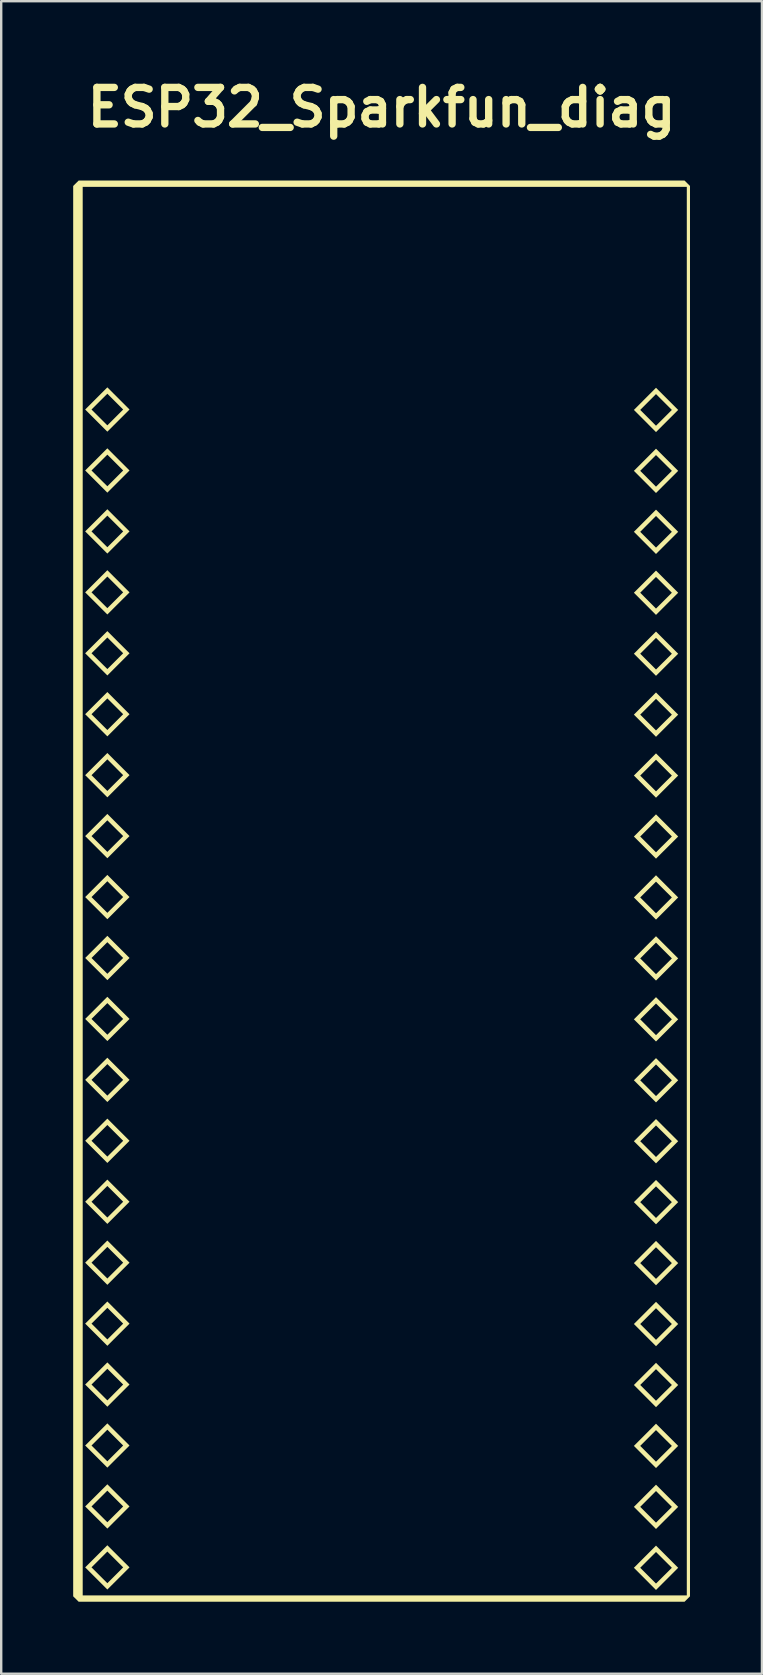
<source format=kicad_pcb>
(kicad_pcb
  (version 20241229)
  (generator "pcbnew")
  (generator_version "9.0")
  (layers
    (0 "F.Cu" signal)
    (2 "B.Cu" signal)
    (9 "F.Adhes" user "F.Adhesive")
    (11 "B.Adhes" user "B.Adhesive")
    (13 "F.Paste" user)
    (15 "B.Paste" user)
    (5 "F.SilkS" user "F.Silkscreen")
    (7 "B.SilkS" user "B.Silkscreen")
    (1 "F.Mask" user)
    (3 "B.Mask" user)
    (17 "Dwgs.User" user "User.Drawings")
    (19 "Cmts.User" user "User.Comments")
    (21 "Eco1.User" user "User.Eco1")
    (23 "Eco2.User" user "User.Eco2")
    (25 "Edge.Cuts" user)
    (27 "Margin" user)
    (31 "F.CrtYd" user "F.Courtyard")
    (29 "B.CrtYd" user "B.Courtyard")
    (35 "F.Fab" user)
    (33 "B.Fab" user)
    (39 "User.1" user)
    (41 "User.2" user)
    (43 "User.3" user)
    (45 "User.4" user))
  (footprint "ESP32_Sparkfun_diag"
    (layer "F.Cu")
    (at 12.854 34.092)
    (property "Reference" "ESP32_Sparkfun_diag" (at 0 -32.665 0) (layer "F.SilkS") (effects (font (size 1.524 1.524) (thickness 0.305))))
    (attr smd)
    (fp_poly (pts (xy -11.43 -20.998) (xy -11.43 -20.732) (xy -10.771 -20.074) (xy -11.43 -19.414) (xy -12.09 -20.074) (xy -11.43 -20.732) (xy -11.43 -20.998) (xy -12.354 -20.074) (xy -11.43 -19.15) (xy -10.506 -20.074) (xy -11.43 -20.998)) (stroke (width 0) (type solid)) (fill yes) (layer "F.SilkS"))
    (fp_poly (pts (xy -11.43 -18.457) (xy -11.43 -18.193) (xy -10.771 -17.533) (xy -11.43 -16.875) (xy -12.09 -17.533) (xy -11.43 -18.193) (xy -11.43 -18.457) (xy -12.354 -17.533) (xy -11.43 -16.609) (xy -10.506 -17.533) (xy -11.43 -18.457)) (stroke (width 0) (type solid)) (fill yes) (layer "F.SilkS"))
    (fp_poly (pts (xy -11.43 -15.918) (xy -11.43 -15.652) (xy -10.771 -14.994) (xy -11.43 -14.334) (xy -12.09 -14.994) (xy -11.43 -15.652) (xy -11.43 -15.918) (xy -12.354 -14.994) (xy -11.43 -14.07) (xy -10.506 -14.994) (xy -11.43 -15.918)) (stroke (width 0) (type solid)) (fill yes) (layer "F.SilkS"))
    (fp_poly (pts (xy -11.43 -13.377) (xy -11.43 -13.113) (xy -10.771 -12.453) (xy -11.43 -11.795) (xy -12.09 -12.453) (xy -11.43 -13.113) (xy -11.43 -13.377) (xy -12.354 -12.453) (xy -11.43 -11.531) (xy -10.506 -12.453) (xy -11.43 -13.377)) (stroke (width 0) (type solid)) (fill yes) (layer "F.SilkS"))
    (fp_poly (pts (xy -11.43 -10.838) (xy -11.43 -10.572) (xy -10.771 -9.914) (xy -11.43 -9.256) (xy -12.09 -9.914) (xy -11.43 -10.572) (xy -11.43 -10.838) (xy -12.354 -9.914) (xy -11.43 -8.99) (xy -10.506 -9.914) (xy -11.43 -10.838)) (stroke (width 0) (type solid)) (fill yes) (layer "F.SilkS"))
    (fp_poly (pts (xy -11.43 -8.299) (xy -11.43 -8.033) (xy -10.771 -7.375) (xy -11.43 -6.715) (xy -12.09 -7.375) (xy -11.43 -8.033) (xy -11.43 -8.299) (xy -12.354 -7.375) (xy -11.43 -6.451) (xy -10.506 -7.375) (xy -11.43 -8.299)) (stroke (width 0) (type solid)) (fill yes) (layer "F.SilkS"))
    (fp_poly (pts (xy -11.43 -5.758) (xy -11.43 -5.494) (xy -10.771 -4.834) (xy -11.43 -4.176) (xy -12.09 -4.834) (xy -11.43 -5.494) (xy -11.43 -5.758) (xy -12.354 -4.834) (xy -11.43 -3.91) (xy -10.506 -4.834) (xy -11.43 -5.758)) (stroke (width 0) (type solid)) (fill yes) (layer "F.SilkS"))
    (fp_poly (pts (xy -11.43 -3.219) (xy -11.43 -2.953) (xy -10.771 -2.295) (xy -11.43 -1.635) (xy -12.09 -2.295) (xy -11.43 -2.953) (xy -11.43 -3.219) (xy -12.354 -2.295) (xy -11.43 -1.371) (xy -10.506 -2.295) (xy -11.43 -3.219)) (stroke (width 0) (type solid)) (fill yes) (layer "F.SilkS"))
    (fp_poly (pts (xy -11.43 -0.678) (xy -11.43 -0.414) (xy -10.771 0.246) (xy -11.43 0.904) (xy -12.09 0.246) (xy -11.43 -0.414) (xy -11.43 -0.678) (xy -12.354 0.246) (xy -11.43 1.17) (xy -10.506 0.246) (xy -11.43 -0.678)) (stroke (width 0) (type solid)) (fill yes) (layer "F.SilkS"))
    (fp_poly (pts (xy -11.43 1.861) (xy -11.43 2.127) (xy -10.771 2.785) (xy -11.43 3.445) (xy -12.09 2.785) (xy -11.43 2.127) (xy -11.43 1.861) (xy -12.354 2.785) (xy -11.43 3.709) (xy -10.506 2.785) (xy -11.43 1.861)) (stroke (width 0) (type solid)) (fill yes) (layer "F.SilkS"))
    (fp_poly (pts (xy -11.43 4.402) (xy -11.43 4.666) (xy -10.771 5.326) (xy -11.43 5.984) (xy -12.09 5.326) (xy -11.43 4.666) (xy -11.43 4.402) (xy -12.354 5.326) (xy -11.43 6.248) (xy -10.506 5.326) (xy -11.43 4.402)) (stroke (width 0) (type solid)) (fill yes) (layer "F.SilkS"))
    (fp_poly (pts (xy -11.43 6.941) (xy -11.43 7.207) (xy -10.771 7.865) (xy -11.43 8.523) (xy -12.09 7.865) (xy -11.43 7.207) (xy -11.43 6.941) (xy -12.354 7.865) (xy -11.43 8.789) (xy -10.506 7.865) (xy -11.43 6.941)) (stroke (width 0) (type solid)) (fill yes) (layer "F.SilkS"))
    (fp_poly (pts (xy -11.43 9.48) (xy -11.43 9.746) (xy -10.771 10.404) (xy -11.43 11.064) (xy -12.09 10.404) (xy -11.43 9.746) (xy -11.43 9.48) (xy -12.354 10.404) (xy -11.43 11.328) (xy -10.506 10.404) (xy -11.43 9.48)) (stroke (width 0) (type solid)) (fill yes) (layer "F.SilkS"))
    (fp_poly (pts (xy -11.43 12.021) (xy -11.43 12.285) (xy -10.771 12.945) (xy -11.43 13.604) (xy -12.09 12.945) (xy -11.43 12.285) (xy -11.43 12.021) (xy -12.354 12.945) (xy -11.43 13.869) (xy -10.506 12.945) (xy -11.43 12.021)) (stroke (width 0) (type solid)) (fill yes) (layer "F.SilkS"))
    (fp_poly (pts (xy -11.43 14.561) (xy -11.43 14.826) (xy -10.771 15.484) (xy -11.43 16.145) (xy -12.09 15.484) (xy -11.43 14.826) (xy -11.43 14.561) (xy -12.354 15.484) (xy -11.43 16.408) (xy -10.506 15.484) (xy -11.43 14.561)) (stroke (width 0) (type solid)) (fill yes) (layer "F.SilkS"))
    (fp_poly (pts (xy -11.43 17.102) (xy -11.43 17.365) (xy -10.771 18.025) (xy -11.43 18.684) (xy -12.09 18.025) (xy -11.43 17.365) (xy -11.43 17.102) (xy -12.354 18.025) (xy -11.43 18.949) (xy -10.506 18.025) (xy -11.43 17.102)) (stroke (width 0) (type solid)) (fill yes) (layer "F.SilkS"))
    (fp_poly (pts (xy -11.43 19.641) (xy -11.43 19.906) (xy -10.771 20.564) (xy -11.43 21.225) (xy -12.09 20.564) (xy -11.43 19.906) (xy -11.43 19.641) (xy -12.354 20.564) (xy -11.43 21.488) (xy -10.506 20.564) (xy -11.43 19.641)) (stroke (width 0) (type solid)) (fill yes) (layer "F.SilkS"))
    (fp_poly (pts (xy -11.43 22.182) (xy -11.43 22.445) (xy -10.771 23.105) (xy -11.43 23.764) (xy -12.09 23.105) (xy -11.43 22.445) (xy -11.43 22.182) (xy -12.354 23.105) (xy -11.43 24.027) (xy -10.506 23.105) (xy -11.43 22.182)) (stroke (width 0) (type solid)) (fill yes) (layer "F.SilkS"))
    (fp_poly (pts (xy -11.43 24.721) (xy -11.43 24.986) (xy -10.771 25.645) (xy -11.43 26.303) (xy -12.09 25.645) (xy -11.43 24.986) (xy -11.43 24.721) (xy -12.354 25.645) (xy -11.43 26.568) (xy -10.506 25.645) (xy -11.43 24.721)) (stroke (width 0) (type solid)) (fill yes) (layer "F.SilkS"))
    (fp_poly (pts (xy -11.43 27.262) (xy -11.43 27.525) (xy -10.771 28.184) (xy -11.43 28.844) (xy -12.09 28.184) (xy -11.43 27.525) (xy -11.43 27.262) (xy -12.354 28.184) (xy -11.43 29.107) (xy -10.506 28.184) (xy -11.43 27.262)) (stroke (width 0) (type solid)) (fill yes) (layer "F.SilkS"))
    (fp_poly (pts (xy 11.437 -20.98) (xy 11.437 -20.717) (xy 12.098 -20.057) (xy 11.437 -19.398) (xy 10.779 -20.057) (xy 11.437 -20.717) (xy 11.437 -20.98) (xy 10.516 -20.057) (xy 11.437 -19.133) (xy 12.361 -20.057) (xy 11.437 -20.98)) (stroke (width 0) (type solid)) (fill yes) (layer "F.SilkS"))
    (fp_poly (pts (xy 11.437 -18.441) (xy 11.437 -18.176) (xy 12.098 -17.518) (xy 11.437 -16.857) (xy 10.779 -17.518) (xy 11.437 -18.176) (xy 11.437 -18.441) (xy 10.516 -17.518) (xy 11.437 -16.594) (xy 12.361 -17.518) (xy 11.437 -18.441)) (stroke (width 0) (type solid)) (fill yes) (layer "F.SilkS"))
    (fp_poly (pts (xy 11.437 -15.9) (xy 11.437 -15.637) (xy 12.098 -14.977) (xy 11.437 -14.318) (xy 10.779 -14.977) (xy 11.437 -15.637) (xy 11.437 -15.9) (xy 10.516 -14.977) (xy 11.437 -14.053) (xy 12.361 -14.977) (xy 11.437 -15.9)) (stroke (width 0) (type solid)) (fill yes) (layer "F.SilkS"))
    (fp_poly (pts (xy 11.437 -13.361) (xy 11.437 -13.096) (xy 12.098 -12.438) (xy 11.437 -11.777) (xy 10.779 -12.438) (xy 11.437 -13.096) (xy 11.437 -13.361) (xy 10.516 -12.438) (xy 11.437 -11.514) (xy 12.361 -12.438) (xy 11.437 -13.361)) (stroke (width 0) (type solid)) (fill yes) (layer "F.SilkS"))
    (fp_poly (pts (xy 11.437 -10.82) (xy 11.437 -10.557) (xy 12.098 -9.896) (xy 11.437 -9.238) (xy 10.779 -9.896) (xy 11.437 -10.557) (xy 11.437 -10.82) (xy 10.516 -9.896) (xy 11.437 -8.975) (xy 12.361 -9.896) (xy 11.437 -10.82)) (stroke (width 0) (type solid)) (fill yes) (layer "F.SilkS"))
    (fp_poly (pts (xy 11.437 -8.281) (xy 11.437 -8.016) (xy 12.098 -7.357) (xy 11.437 -6.699) (xy 10.779 -7.357) (xy 11.437 -8.016) (xy 11.437 -8.281) (xy 10.516 -7.357) (xy 11.437 -6.434) (xy 12.361 -7.357) (xy 11.437 -8.281)) (stroke (width 0) (type solid)) (fill yes) (layer "F.SilkS"))
    (fp_poly (pts (xy 11.437 -5.742) (xy 11.437 -5.477) (xy 12.098 -4.818) (xy 11.437 -4.158) (xy 10.779 -4.818) (xy 11.437 -5.477) (xy 11.437 -5.742) (xy 10.516 -4.818) (xy 11.437 -3.895) (xy 12.361 -4.818) (xy 11.437 -5.742)) (stroke (width 0) (type solid)) (fill yes) (layer "F.SilkS"))
    (fp_poly (pts (xy 11.437 -3.201) (xy 11.437 -2.938) (xy 12.098 -2.277) (xy 11.437 -1.619) (xy 10.779 -2.277) (xy 11.437 -2.938) (xy 11.437 -3.201) (xy 10.516 -2.277) (xy 11.437 -1.354) (xy 12.361 -2.277) (xy 11.437 -3.201)) (stroke (width 0) (type solid)) (fill yes) (layer "F.SilkS"))
    (fp_poly (pts (xy 11.437 -0.662) (xy 11.437 -0.396) (xy 12.098 0.262) (xy 11.437 0.922) (xy 10.779 0.262) (xy 11.437 -0.396) (xy 11.437 -0.662) (xy 10.516 0.262) (xy 11.437 1.186) (xy 12.361 0.262) (xy 11.437 -0.662)) (stroke (width 0) (type solid)) (fill yes) (layer "F.SilkS"))
    (fp_poly (pts (xy 11.437 1.879) (xy 11.437 2.143) (xy 12.098 2.803) (xy 11.437 3.461) (xy 10.779 2.803) (xy 11.437 2.143) (xy 11.437 1.879) (xy 10.516 2.803) (xy 11.437 3.727) (xy 12.361 2.803) (xy 11.437 1.879)) (stroke (width 0) (type solid)) (fill yes) (layer "F.SilkS"))
    (fp_poly (pts (xy 11.437 4.418) (xy 11.437 4.684) (xy 12.098 5.342) (xy 11.437 6.002) (xy 10.779 5.342) (xy 11.437 4.684) (xy 11.437 4.418) (xy 10.516 5.342) (xy 11.437 6.266) (xy 12.361 5.342) (xy 11.437 4.418)) (stroke (width 0) (type solid)) (fill yes) (layer "F.SilkS"))
    (fp_poly (pts (xy 11.437 6.959) (xy 11.437 7.223) (xy 12.098 7.883) (xy 11.437 8.541) (xy 10.779 7.883) (xy 11.437 7.223) (xy 11.437 6.959) (xy 10.516 7.883) (xy 11.437 8.805) (xy 12.361 7.883) (xy 11.437 6.959)) (stroke (width 0) (type solid)) (fill yes) (layer "F.SilkS"))
    (fp_poly (pts (xy 11.437 9.498) (xy 11.437 9.764) (xy 12.098 10.422) (xy 11.437 11.08) (xy 10.779 10.422) (xy 11.437 9.764) (xy 11.437 9.498) (xy 10.516 10.422) (xy 11.437 11.346) (xy 12.361 10.422) (xy 11.437 9.498)) (stroke (width 0) (type solid)) (fill yes) (layer "F.SilkS"))
    (fp_poly (pts (xy 11.437 12.037) (xy 11.437 12.303) (xy 12.098 12.961) (xy 11.437 13.621) (xy 10.779 12.961) (xy 11.437 12.303) (xy 11.437 12.037) (xy 10.516 12.961) (xy 11.437 13.885) (xy 12.361 12.961) (xy 11.437 12.037)) (stroke (width 0) (type solid)) (fill yes) (layer "F.SilkS"))
    (fp_poly (pts (xy 11.437 14.578) (xy 11.437 14.842) (xy 12.098 15.502) (xy 11.437 16.16) (xy 10.779 15.502) (xy 11.437 14.842) (xy 11.437 14.578) (xy 10.516 15.502) (xy 11.437 16.426) (xy 12.361 15.502) (xy 11.437 14.578)) (stroke (width 0) (type solid)) (fill yes) (layer "F.SilkS"))
    (fp_poly (pts (xy 11.437 17.117) (xy 11.437 17.383) (xy 12.098 18.041) (xy 11.437 18.701) (xy 10.779 18.041) (xy 11.437 17.383) (xy 11.437 17.117) (xy 10.516 18.041) (xy 11.437 18.965) (xy 12.361 18.041) (xy 11.437 17.117)) (stroke (width 0) (type solid)) (fill yes) (layer "F.SilkS"))
    (fp_poly (pts (xy 11.437 19.658) (xy 11.437 19.922) (xy 12.098 20.582) (xy 11.437 21.24) (xy 10.779 20.582) (xy 11.437 19.922) (xy 11.437 19.658) (xy 10.516 20.582) (xy 11.437 21.506) (xy 12.361 20.582) (xy 11.437 19.658)) (stroke (width 0) (type solid)) (fill yes) (layer "F.SilkS"))
    (fp_poly (pts (xy 11.437 22.197) (xy 11.437 22.463) (xy 12.098 23.121) (xy 11.437 23.781) (xy 10.779 23.121) (xy 11.437 22.463) (xy 11.437 22.197) (xy 10.516 23.121) (xy 11.437 24.045) (xy 12.361 23.121) (xy 11.437 22.197)) (stroke (width 0) (type solid)) (fill yes) (layer "F.SilkS"))
    (fp_poly (pts (xy 11.437 24.738) (xy 11.437 25.002) (xy 12.098 25.662) (xy 11.437 26.32) (xy 10.779 25.662) (xy 11.437 25.002) (xy 11.437 24.738) (xy 10.516 25.662) (xy 11.437 26.584) (xy 12.361 25.662) (xy 11.437 24.738)) (stroke (width 0) (type solid)) (fill yes) (layer "F.SilkS"))
    (fp_poly (pts (xy 11.437 27.277) (xy 11.437 27.543) (xy 12.098 28.201) (xy 11.437 28.859) (xy 10.779 28.201) (xy 11.437 27.543) (xy 11.437 27.277) (xy 10.516 28.201) (xy 11.437 29.125) (xy 12.361 28.201) (xy 11.437 27.277)) (stroke (width 0) (type solid)) (fill yes) (layer "F.SilkS"))
    (fp_poly (pts (xy -12.625 -29.617) (xy -12.457 -29.354) (xy 12.721 -29.354) (xy 12.721 29.352) (xy -12.457 29.352) (xy -12.457 -29.354) (xy -12.625 -29.617) (xy -12.758 -29.486) (xy -12.854 -29.391) (xy -12.854 29.391) (xy -12.625 29.617) (xy 12.627 29.617) (xy 12.854 29.391) (xy 12.854 -29.391) (xy 12.627 -29.617) (xy -12.494 -29.617) (xy -12.625 -29.617)) (stroke (width 0) (type solid)) (fill yes) (layer "F.SilkS")))
  (gr_rect
    (start -3 -3)
    (end 28.707 66.709)
    (stroke (width 0.1) (type default))
    (fill no)
    (layer "Edge.Cuts")))
</source>
